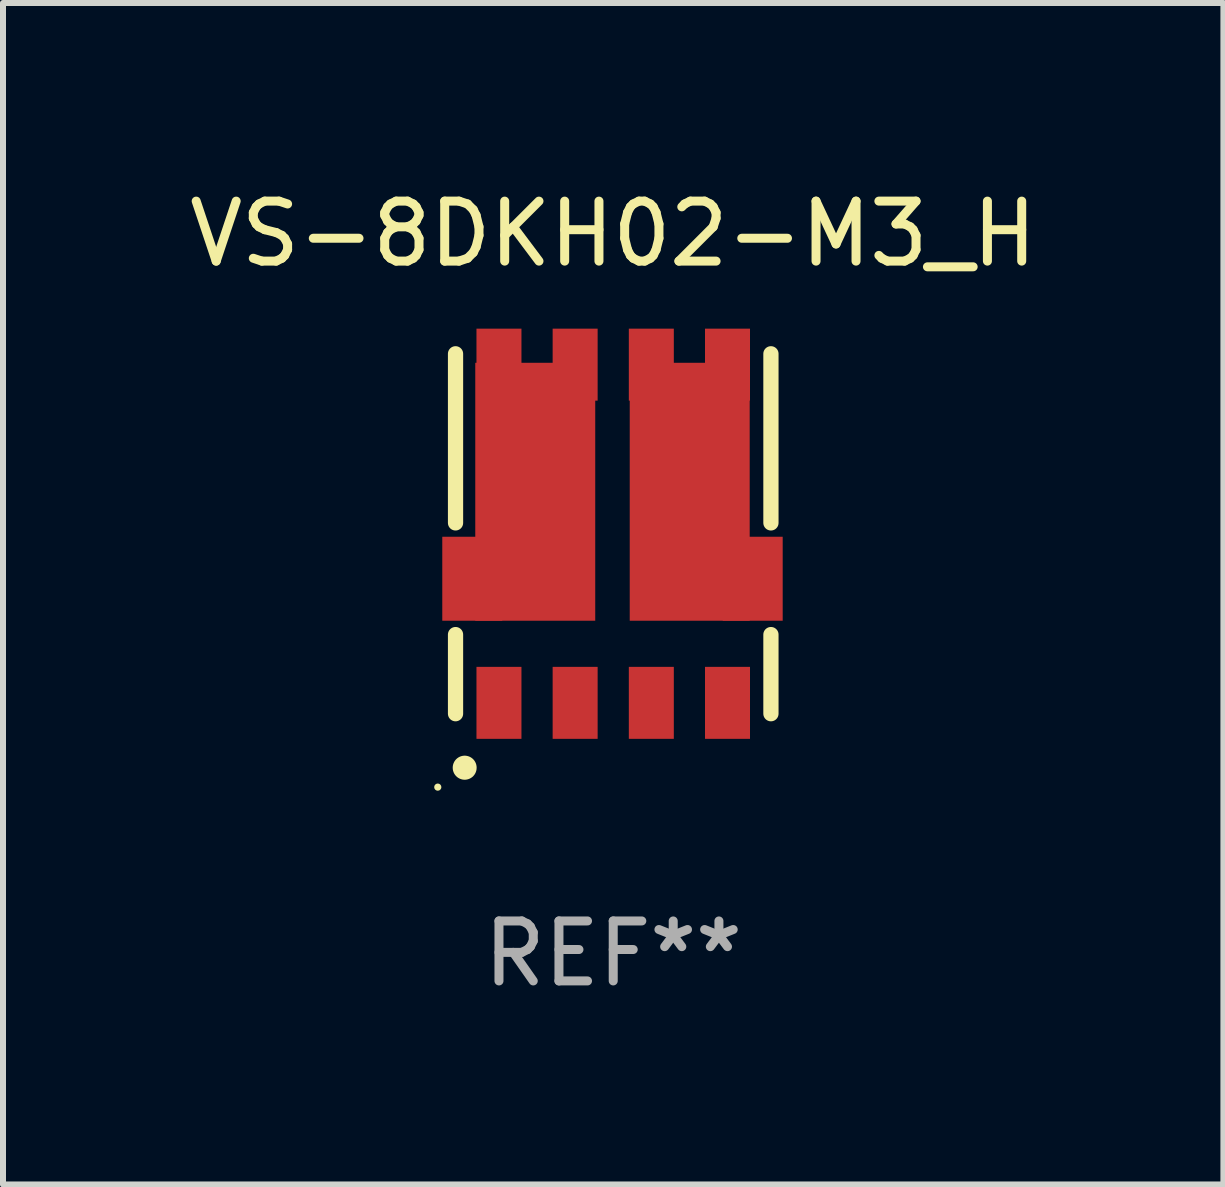
<source format=kicad_pcb>
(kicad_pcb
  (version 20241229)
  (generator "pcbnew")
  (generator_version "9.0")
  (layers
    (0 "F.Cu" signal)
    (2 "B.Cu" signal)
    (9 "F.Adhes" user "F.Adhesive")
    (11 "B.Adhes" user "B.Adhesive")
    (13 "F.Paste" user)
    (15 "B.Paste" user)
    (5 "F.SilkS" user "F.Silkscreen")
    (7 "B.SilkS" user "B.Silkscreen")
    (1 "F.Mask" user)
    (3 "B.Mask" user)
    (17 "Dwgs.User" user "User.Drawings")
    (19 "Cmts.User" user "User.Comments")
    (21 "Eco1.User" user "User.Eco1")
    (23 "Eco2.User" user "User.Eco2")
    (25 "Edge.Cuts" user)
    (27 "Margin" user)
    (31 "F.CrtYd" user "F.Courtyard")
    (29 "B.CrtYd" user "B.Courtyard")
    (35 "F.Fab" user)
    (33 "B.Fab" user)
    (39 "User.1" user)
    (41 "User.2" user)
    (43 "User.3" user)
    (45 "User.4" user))
  (footprint "VS-8DKH02-M3_H"
    (layer "F.Cu")
    (at 7.173 5.848)
    (property "Reference" "VS-8DKH02-M3_H" (at 0 -5 0) (layer "F.SilkS") (effects (font (size 1 1) (thickness 0.15))))
    (attr through_hole)
    (fp_line (start -2.629 -3) (end -2.629 -0.181) (stroke (width 0.254) (type solid)) (layer "F.SilkS"))
    (fp_line (start -2.629 1.681) (end -2.629 3) (stroke (width 0.254) (type solid)) (layer "F.SilkS"))
    (fp_line (start 2.629 -3) (end 2.629 -0.181) (stroke (width 0.254) (type solid)) (layer "F.SilkS"))
    (fp_line (start 2.629 1.681) (end 2.629 3) (stroke (width 0.254) (type solid)) (layer "F.SilkS"))
    (fp_arc (start -2.476505 3.901448) (mid -2.476511 3.900178) (end -2.476505 3.898908) (stroke (width 0.398781) (type solid)) (layer "F.SilkS"))
    (fp_circle (center -2.925 4.224) (end -2.895 4.224) (stroke (width 0.06) (type solid)) (fill no) (layer "F.SilkS"))
    (fp_text user "REF**" (at 0 7 0) (layer "F.Fab") (effects (font (size 1 1) (thickness 0.15))))
    (pad "1" smd rect (at -1.905 2.819) (size 0.75 1.2) (layers "F.Cu" "F.Mask" "F.Paste"))
    (pad "2" smd rect (at -0.635 2.819) (size 0.75 1.2) (layers "F.Cu" "F.Mask" "F.Paste"))
    (pad "3" smd rect (at 0.635 2.819) (size 0.75 1.2) (layers "F.Cu" "F.Mask" "F.Paste"))
    (pad "4" smd rect (at 1.905 2.819) (size 0.75 1.2) (layers "F.Cu" "F.Mask" "F.Paste"))
    (pad "5" smd rect (at 1.275 -0.7) (size 2 4.3) (layers "F.Cu" "F.Mask" "F.Paste"))
    (pad "5" smd rect (at 1.905 -2.819) (size 0.75 1.2) (layers "F.Cu" "F.Mask" "F.Paste"))
    (pad "6" smd rect (at 0.635 -2.819) (size 0.75 1.2) (layers "F.Cu" "F.Mask" "F.Paste"))
    (pad "6" smd rect (at 2.325 0.75) (size 1 1.4) (layers "F.Cu" "F.Mask" "F.Paste"))
    (pad "7" smd rect (at -1.3 -0.7) (size 2 4.3) (layers "F.Cu" "F.Mask" "F.Paste"))
    (pad "7" smd rect (at -0.635 -2.819) (size 0.75 1.2) (layers "F.Cu" "F.Mask" "F.Paste"))
    (pad "8" smd rect (at -2.35 0.75) (size 1 1.4) (layers "F.Cu" "F.Mask" "F.Paste"))
    (pad "8" smd rect (at -1.905 -2.819) (size 0.75 1.2) (layers "F.Cu" "F.Mask" "F.Paste")))
  (gr_rect
    (start -3 -3)
    (end 17.345 16.696)
    (stroke (width 0.1) (type default))
    (fill no)
    (layer "Edge.Cuts")))
</source>
